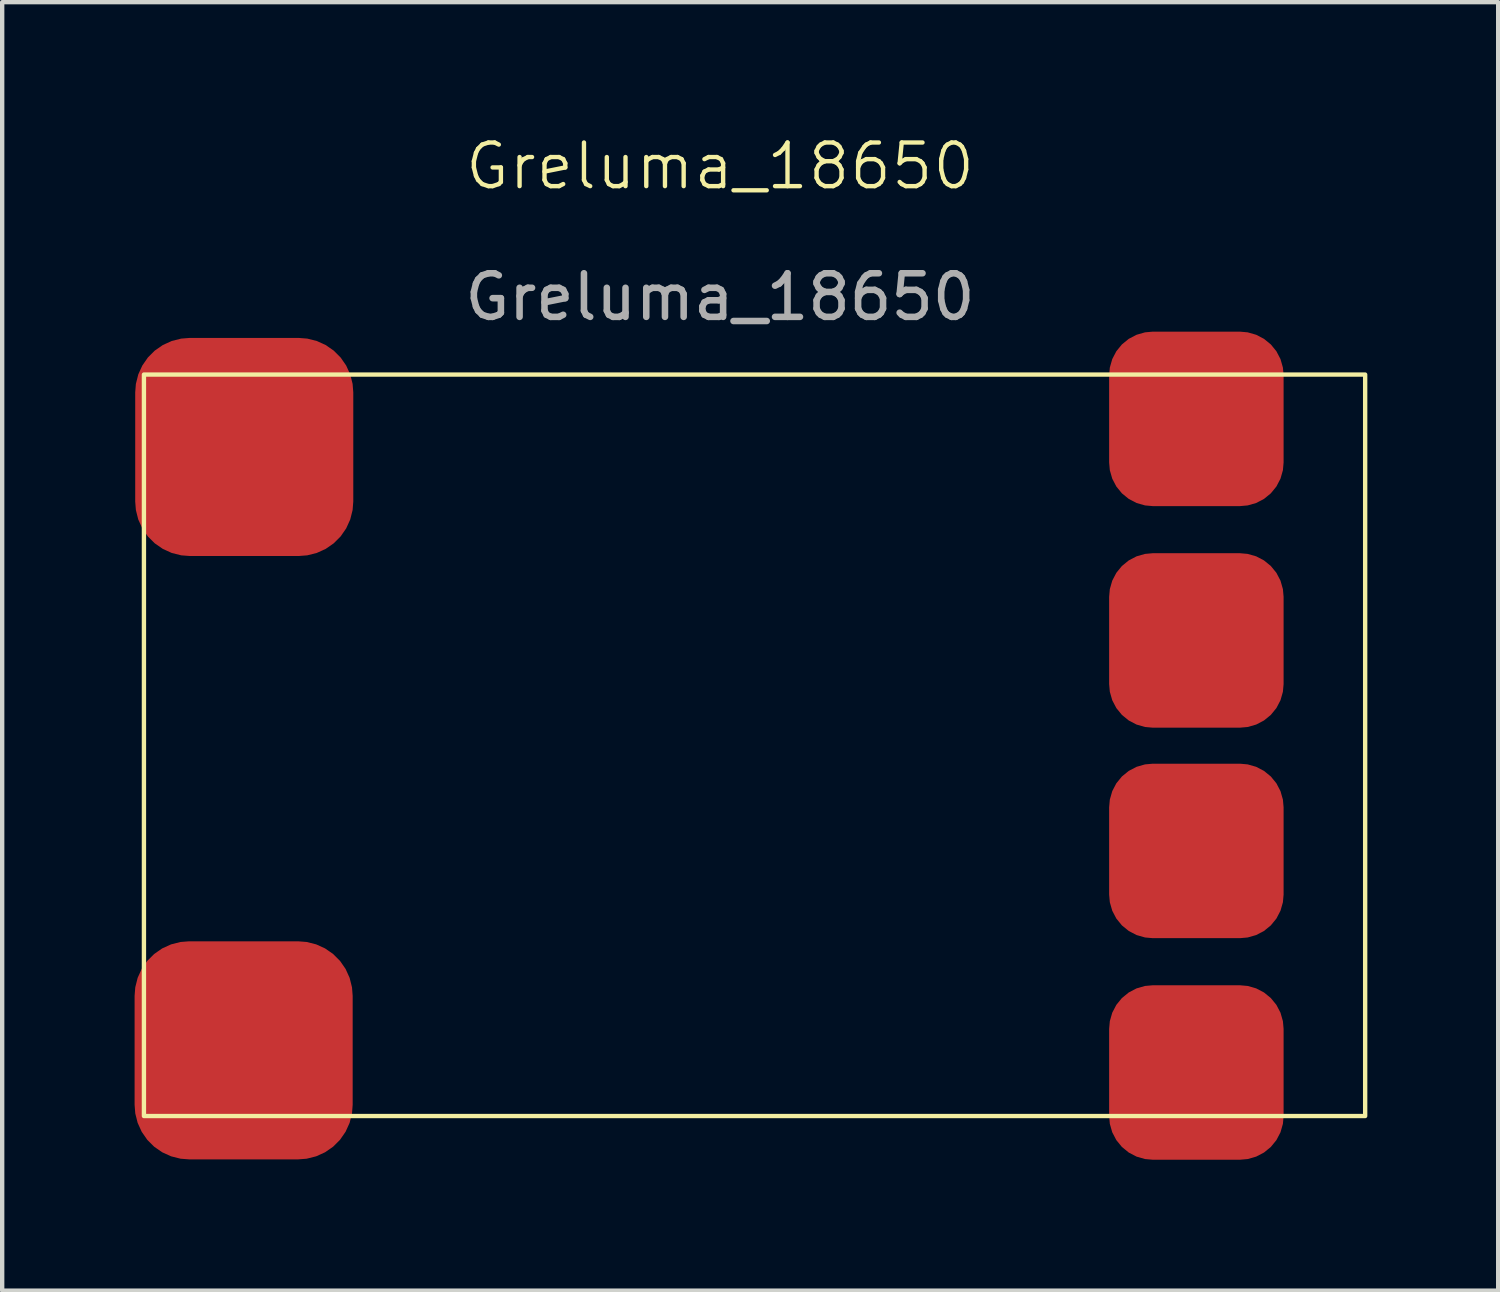
<source format=kicad_pcb>
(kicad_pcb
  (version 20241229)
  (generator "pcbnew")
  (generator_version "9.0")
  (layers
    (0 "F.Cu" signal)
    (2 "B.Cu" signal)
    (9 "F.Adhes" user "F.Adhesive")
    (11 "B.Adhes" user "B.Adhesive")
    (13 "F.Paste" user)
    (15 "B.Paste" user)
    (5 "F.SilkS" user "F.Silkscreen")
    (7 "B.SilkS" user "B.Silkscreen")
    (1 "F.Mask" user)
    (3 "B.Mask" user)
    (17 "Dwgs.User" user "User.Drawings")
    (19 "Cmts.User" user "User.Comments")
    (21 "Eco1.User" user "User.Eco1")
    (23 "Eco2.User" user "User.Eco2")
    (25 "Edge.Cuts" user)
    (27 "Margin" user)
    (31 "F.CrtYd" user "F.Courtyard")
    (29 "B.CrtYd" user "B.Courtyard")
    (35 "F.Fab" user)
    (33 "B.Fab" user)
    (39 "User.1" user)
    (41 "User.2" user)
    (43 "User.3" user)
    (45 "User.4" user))
  (footprint "Greluma_18650"
    (layer "F.Cu")
    (at 0.25 5.538)
    (property "Reference" "Greluma_18650" (at 13.208 -4.778 0) (unlocked yes) (layer "F.SilkS") (effects (font (size 1 1) (thickness 0.1))))
    (attr smd)
    (fp_rect (start 0 0) (end 28 17) (stroke (width 0.1) (type default)) (fill no) (layer "F.SilkS"))
    (fp_text user "${REFERENCE}" (at 13.208 -1.778 0) (unlocked yes) (layer "F.Fab") (effects (font (size 1 1) (thickness 0.15))))
    (pad "1" smd roundrect (at 24.13 1.016) (size 4 4) (layers "F.Cu" "F.Mask" "F.Paste") (roundrect_rratio 0.25))
    (pad "2" smd roundrect (at 24.13 16.002) (size 4 4) (layers "F.Cu" "F.Mask" "F.Paste") (roundrect_rratio 0.25))
    (pad "3" smd roundrect (at 24.13 6.096) (size 4 4) (layers "F.Cu" "F.Mask" "F.Paste") (roundrect_rratio 0.25))
    (pad "4" smd roundrect (at 24.13 10.922) (size 4 4) (layers "F.Cu" "F.Mask" "F.Paste") (roundrect_rratio 0.25))
    (pad "5" smd roundrect (at 2.286 15.494) (size 5 5) (layers "F.Cu" "F.Mask" "F.Paste") (roundrect_rratio 0.25))
    (pad "6" smd roundrect (at 2.3 1.66) (size 5 5) (layers "F.Cu" "F.Mask" "F.Paste") (roundrect_rratio 0.25)))
  (gr_rect
    (start -3 -3)
    (end 31.3 26.541)
    (stroke (width 0.1) (type default))
    (fill no)
    (layer "Edge.Cuts")))
</source>
